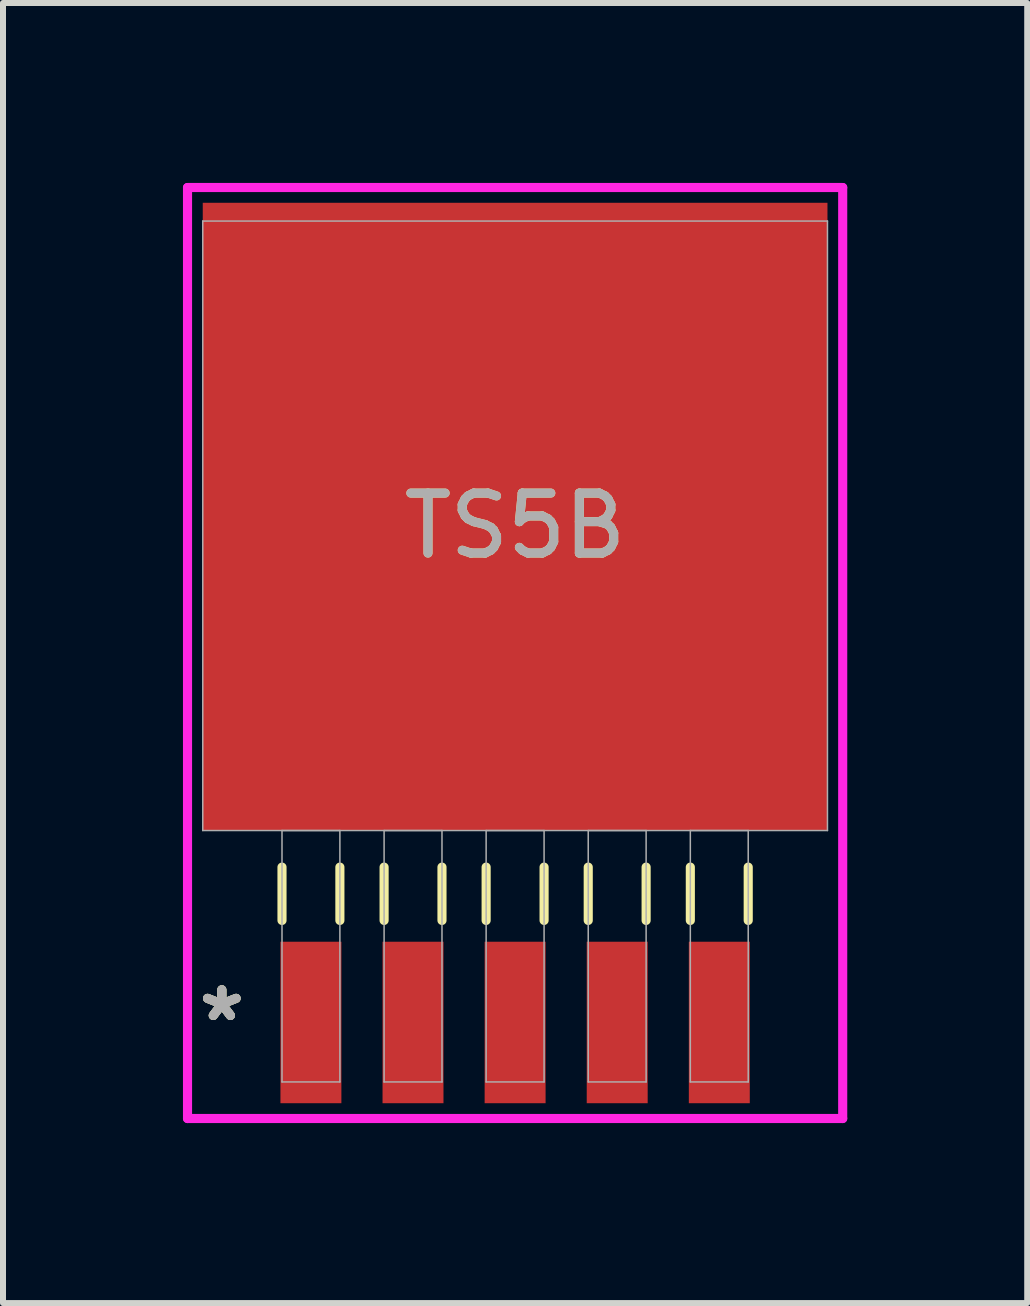
<source format=kicad_pcb>
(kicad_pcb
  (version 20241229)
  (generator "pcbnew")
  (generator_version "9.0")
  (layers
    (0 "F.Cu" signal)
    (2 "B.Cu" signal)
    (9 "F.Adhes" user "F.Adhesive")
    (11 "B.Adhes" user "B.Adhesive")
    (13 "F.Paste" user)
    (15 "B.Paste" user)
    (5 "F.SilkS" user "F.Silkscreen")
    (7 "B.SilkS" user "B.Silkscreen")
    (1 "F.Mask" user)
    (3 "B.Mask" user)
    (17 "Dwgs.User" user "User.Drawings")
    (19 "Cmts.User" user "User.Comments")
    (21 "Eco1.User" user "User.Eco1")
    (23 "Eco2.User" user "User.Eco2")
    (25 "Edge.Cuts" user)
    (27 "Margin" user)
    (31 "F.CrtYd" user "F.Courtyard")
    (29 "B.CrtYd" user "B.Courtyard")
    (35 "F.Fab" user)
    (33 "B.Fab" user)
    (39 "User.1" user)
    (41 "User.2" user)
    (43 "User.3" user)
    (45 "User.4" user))
  (footprint "TS5B"
    (layer "F.Cu")
    (at 5.537 5.715)
    (property "Reference" "TS5B" (at 0 0 0) (unlocked yes) (layer "F.SilkS") (effects (font (size 1 1) (thickness 0.15))))
    (attr smd)
    (fp_line (start -3.886 5.69) (end -3.886 6.579) (stroke (width 0.152) (type solid)) (layer "F.SilkS"))
    (fp_line (start -2.921 5.69) (end -2.921 6.579) (stroke (width 0.152) (type solid)) (layer "F.SilkS"))
    (fp_line (start -2.184 5.69) (end -2.184 6.579) (stroke (width 0.152) (type solid)) (layer "F.SilkS"))
    (fp_line (start -1.219 5.69) (end -1.219 6.579) (stroke (width 0.152) (type solid)) (layer "F.SilkS"))
    (fp_line (start -0.483 5.69) (end -0.483 6.579) (stroke (width 0.152) (type solid)) (layer "F.SilkS"))
    (fp_line (start 0.483 5.69) (end 0.483 6.579) (stroke (width 0.152) (type solid)) (layer "F.SilkS"))
    (fp_line (start 1.219 5.69) (end 1.219 6.579) (stroke (width 0.152) (type solid)) (layer "F.SilkS"))
    (fp_line (start 2.184 5.69) (end 2.184 6.579) (stroke (width 0.152) (type solid)) (layer "F.SilkS"))
    (fp_line (start 2.921 5.69) (end 2.921 6.579) (stroke (width 0.152) (type solid)) (layer "F.SilkS"))
    (fp_line (start 3.886 5.69) (end 3.886 6.579) (stroke (width 0.152) (type solid)) (layer "F.SilkS"))
    (fp_line (start -5.461 -5.639) (end 5.461 -5.639) (stroke (width 0.152) (type solid)) (layer "F.CrtYd"))
    (fp_line (start -5.461 9.881) (end -5.461 -5.639) (stroke (width 0.152) (type solid)) (layer "F.CrtYd"))
    (fp_line (start 5.461 -5.639) (end 5.461 9.881) (stroke (width 0.152) (type solid)) (layer "F.CrtYd"))
    (fp_line (start 5.461 9.881) (end -5.461 9.881) (stroke (width 0.152) (type solid)) (layer "F.CrtYd"))
    (fp_line (start -5.207 -5.08) (end -5.207 5.08) (stroke (width 0.025) (type solid)) (layer "F.Fab"))
    (fp_line (start -5.207 5.08) (end 5.207 5.08) (stroke (width 0.025) (type solid)) (layer "F.Fab"))
    (fp_line (start -3.886 5.08) (end -3.886 9.271) (stroke (width 0.025) (type solid)) (layer "F.Fab"))
    (fp_line (start -3.886 9.271) (end -2.921 9.271) (stroke (width 0.025) (type solid)) (layer "F.Fab"))
    (fp_line (start -2.921 5.08) (end -3.886 5.08) (stroke (width 0.025) (type solid)) (layer "F.Fab"))
    (fp_line (start -2.921 9.271) (end -2.921 5.08) (stroke (width 0.025) (type solid)) (layer "F.Fab"))
    (fp_line (start -2.184 5.08) (end -2.184 9.271) (stroke (width 0.025) (type solid)) (layer "F.Fab"))
    (fp_line (start -2.184 9.271) (end -1.219 9.271) (stroke (width 0.025) (type solid)) (layer "F.Fab"))
    (fp_line (start -1.219 5.08) (end -2.184 5.08) (stroke (width 0.025) (type solid)) (layer "F.Fab"))
    (fp_line (start -1.219 9.271) (end -1.219 5.08) (stroke (width 0.025) (type solid)) (layer "F.Fab"))
    (fp_line (start -0.483 5.08) (end -0.483 9.271) (stroke (width 0.025) (type solid)) (layer "F.Fab"))
    (fp_line (start -0.483 9.271) (end 0.483 9.271) (stroke (width 0.025) (type solid)) (layer "F.Fab"))
    (fp_line (start 0.483 5.08) (end -0.483 5.08) (stroke (width 0.025) (type solid)) (layer "F.Fab"))
    (fp_line (start 0.483 9.271) (end 0.483 5.08) (stroke (width 0.025) (type solid)) (layer "F.Fab"))
    (fp_line (start 1.219 5.08) (end 1.219 9.271) (stroke (width 0.025) (type solid)) (layer "F.Fab"))
    (fp_line (start 1.219 9.271) (end 2.184 9.271) (stroke (width 0.025) (type solid)) (layer "F.Fab"))
    (fp_line (start 2.184 5.08) (end 1.219 5.08) (stroke (width 0.025) (type solid)) (layer "F.Fab"))
    (fp_line (start 2.184 9.271) (end 2.184 5.08) (stroke (width 0.025) (type solid)) (layer "F.Fab"))
    (fp_line (start 2.921 5.08) (end 2.921 9.271) (stroke (width 0.025) (type solid)) (layer "F.Fab"))
    (fp_line (start 2.921 9.271) (end 3.886 9.271) (stroke (width 0.025) (type solid)) (layer "F.Fab"))
    (fp_line (start 3.886 5.08) (end 2.921 5.08) (stroke (width 0.025) (type solid)) (layer "F.Fab"))
    (fp_line (start 3.886 9.271) (end 3.886 5.08) (stroke (width 0.025) (type solid)) (layer "F.Fab"))
    (fp_line (start 5.207 -5.08) (end -5.207 -5.08) (stroke (width 0.025) (type solid)) (layer "F.Fab"))
    (fp_line (start 5.207 5.08) (end 5.207 -5.08) (stroke (width 0.025) (type solid)) (layer "F.Fab"))
    (fp_text user "*" (at -4.889 8.28 0) (unlocked yes) (layer "F.SilkS") (effects (font (size 1 1) (thickness 0.15))))
    (fp_text user "*" (at -4.889 8.28 0) (layer "F.SilkS") (effects (font (size 1 1) (thickness 0.15))))
    (fp_text user "*" (at -4.889 8.28 0) (layer "F.Fab") (effects (font (size 1 1) (thickness 0.15))))
    (fp_text user "*" (at -4.889 8.28 0) (unlocked yes) (layer "F.Fab") (effects (font (size 1 1) (thickness 0.15))))
    (fp_text user "${REFERENCE}" (at 0 0 0) (unlocked yes) (layer "F.Fab") (effects (font (size 1 1) (thickness 0.15))))
    (pad "1" smd rect (at -3.404 8.28) (size 1.016 2.692) (layers "F.Cu" "F.Mask" "F.Paste"))
    (pad "2" smd rect (at -1.702 8.28) (size 1.016 2.692) (layers "F.Cu" "F.Mask" "F.Paste"))
    (pad "3" smd rect (at 0 8.28) (size 1.016 2.692) (layers "F.Cu" "F.Mask" "F.Paste"))
    (pad "4" smd rect (at 1.702 8.28) (size 1.016 2.692) (layers "F.Cu" "F.Mask" "F.Paste"))
    (pad "5" smd rect (at 3.404 8.28) (size 1.016 2.692) (layers "F.Cu" "F.Mask" "F.Paste"))
    (pad "6" smd rect (at 0 -0.152) (size 10.414 10.465) (layers "F.Cu" "F.Mask" "F.Paste")))
  (gr_rect
    (start -3 -3)
    (end 14.074 18.672)
    (stroke (width 0.1) (type default))
    (fill no)
    (layer "Edge.Cuts")))
</source>
